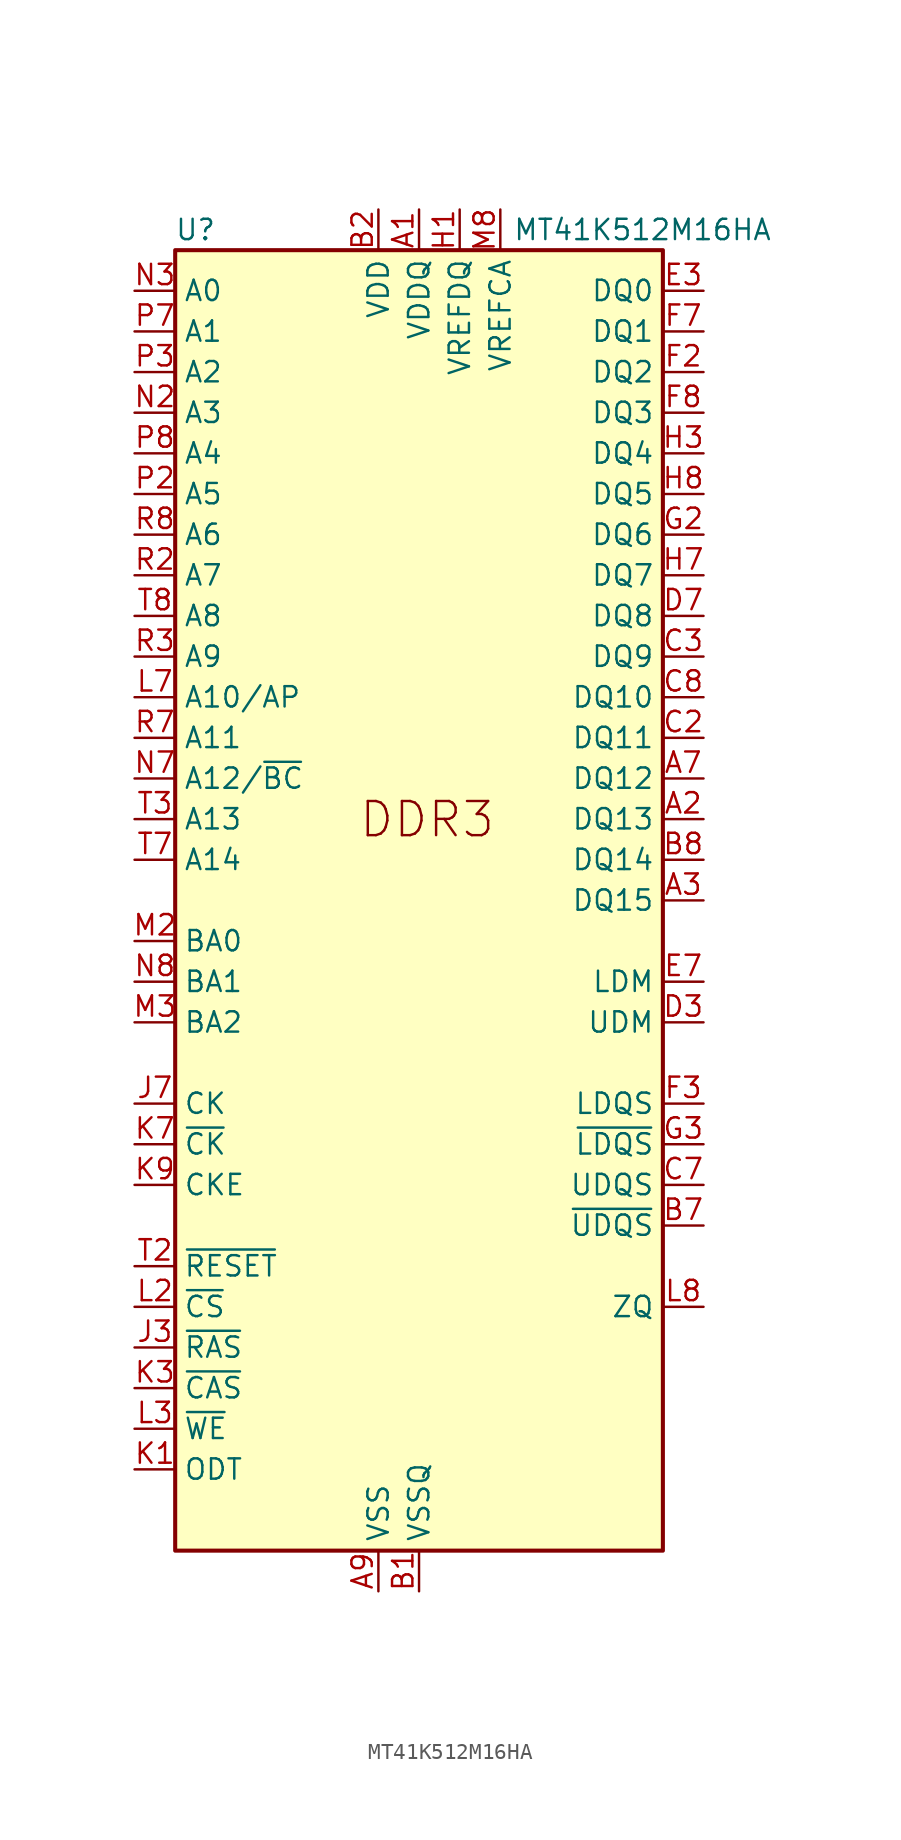
<source format=kicad_sym>
(kicad_symbol_lib
  (version 20211014)
  (generator kicad_symbol_editor)
  (symbol "MT41K512M16HA"
    (property "Reference" "U"
      (at -13.97 41.91 0)
      (effects (font (size 1.27 1.27))))
    (property "Value" "MT41K512M16HA"
      (at 13.97 41.91 0)
      (effects (font (size 1.27 1.27))))
    (symbol "MT41K512M16HA_0_1"
      (rectangle (start -15.24 -40.64) (end 15.24 40.64) (stroke (width 0.254) (type default) (color 0 0 0 0)) (fill (type background)))
      (pin power_in line (at 0 43.18 270) (length 2.54) (name "VDDQ" (effects (font (size 1.27 1.27)))) (number "A1" (effects (font (size 1.27 1.27)))))
      (pin passive line (at 0 43.18 270) (length 2.54) hide (name "VDDQ" (effects (font (size 1.27 1.27)))) (number "A8" (effects (font (size 1.27 1.27)))))
      (pin power_in line (at -2.54 -43.18 90) (length 2.54) (name "VSS" (effects (font (size 1.27 1.27)))) (number "A9" (effects (font (size 1.27 1.27)))))
      (pin power_in line (at 0 -43.18 90) (length 2.54) (name "VSSQ" (effects (font (size 1.27 1.27)))) (number "B1" (effects (font (size 1.27 1.27)))))
      (pin power_in line (at -2.54 43.18 270) (length 2.54) (name "VDD" (effects (font (size 1.27 1.27)))) (number "B2" (effects (font (size 1.27 1.27)))))
      (pin passive line (at -2.54 -43.18 90) (length 2.54) hide (name "VSS" (effects (font (size 1.27 1.27)))) (number "B3" (effects (font (size 1.27 1.27)))))
      (pin passive line (at 0 -43.18 90) (length 2.54) hide (name "VSSQ" (effects (font (size 1.27 1.27)))) (number "B9" (effects (font (size 1.27 1.27)))))
      (pin passive line (at 0 43.18 270) (length 2.54) hide (name "VDDQ" (effects (font (size 1.27 1.27)))) (number "C1" (effects (font (size 1.27 1.27)))))
      (pin passive line (at 0 43.18 270) (length 2.54) hide (name "VDDQ" (effects (font (size 1.27 1.27)))) (number "C9" (effects (font (size 1.27 1.27)))))
      (pin passive line (at 0 -43.18 90) (length 2.54) hide (name "VSSQ" (effects (font (size 1.27 1.27)))) (number "D1" (effects (font (size 1.27 1.27)))))
      (pin passive line (at 0 43.18 270) (length 2.54) hide (name "VDDQ" (effects (font (size 1.27 1.27)))) (number "D2" (effects (font (size 1.27 1.27)))))
      (pin passive line (at 0 -43.18 90) (length 2.54) hide (name "VSSQ" (effects (font (size 1.27 1.27)))) (number "D8" (effects (font (size 1.27 1.27)))))
      (pin passive line (at -2.54 43.18 270) (length 2.54) hide (name "VDD" (effects (font (size 1.27 1.27)))) (number "D9" (effects (font (size 1.27 1.27)))))
      (pin passive line (at -2.54 -43.18 90) (length 2.54) hide (name "VSS" (effects (font (size 1.27 1.27)))) (number "E1" (effects (font (size 1.27 1.27)))))
      (pin passive line (at 0 -43.18 90) (length 2.54) hide (name "VSSQ" (effects (font (size 1.27 1.27)))) (number "E2" (effects (font (size 1.27 1.27)))))
      (pin bidirectional line (at 17.78 38.1 180) (length 2.54) (name "DQ0" (effects (font (size 1.27 1.27)))) (number "E3" (effects (font (size 1.27 1.27)))))
      (pin passive line (at 0 -43.18 90) (length 2.54) hide (name "VSSQ" (effects (font (size 1.27 1.27)))) (number "E8" (effects (font (size 1.27 1.27)))))
      (pin passive line (at 0 43.18 270) (length 2.54) hide (name "VDDQ" (effects (font (size 1.27 1.27)))) (number "E9" (effects (font (size 1.27 1.27)))))
      (pin passive line (at 0 43.18 270) (length 2.54) hide (name "VDDQ" (effects (font (size 1.27 1.27)))) (number "F1" (effects (font (size 1.27 1.27)))))
      (pin bidirectional line (at 17.78 33.02 180) (length 2.54) (name "DQ2" (effects (font (size 1.27 1.27)))) (number "F2" (effects (font (size 1.27 1.27)))))
      (pin bidirectional line (at 17.78 35.56 180) (length 2.54) (name "DQ1" (effects (font (size 1.27 1.27)))) (number "F7" (effects (font (size 1.27 1.27)))))
      (pin bidirectional line (at 17.78 30.48 180) (length 2.54) (name "DQ3" (effects (font (size 1.27 1.27)))) (number "F8" (effects (font (size 1.27 1.27)))))
      (pin passive line (at 0 -43.18 90) (length 2.54) hide (name "VSSQ" (effects (font (size 1.27 1.27)))) (number "F9" (effects (font (size 1.27 1.27)))))
      (pin passive line (at 0 -43.18 90) (length 2.54) hide (name "VSSQ" (effects (font (size 1.27 1.27)))) (number "G1" (effects (font (size 1.27 1.27)))))
      (pin bidirectional line (at 17.78 22.86 180) (length 2.54) (name "DQ6" (effects (font (size 1.27 1.27)))) (number "G2" (effects (font (size 1.27 1.27)))))
      (pin passive line (at -2.54 43.18 270) (length 2.54) hide (name "VDD" (effects (font (size 1.27 1.27)))) (number "G7" (effects (font (size 1.27 1.27)))))
      (pin passive line (at -2.54 -43.18 90) (length 2.54) hide (name "VSS" (effects (font (size 1.27 1.27)))) (number "G8" (effects (font (size 1.27 1.27)))))
      (pin passive line (at 0 -43.18 90) (length 2.54) hide (name "VSSQ" (effects (font (size 1.27 1.27)))) (number "G9" (effects (font (size 1.27 1.27)))))
      (pin power_in line (at 2.54 43.18 270) (length 2.54) (name "VREFDQ" (effects (font (size 1.27 1.27)))) (number "H1" (effects (font (size 1.27 1.27)))))
      (pin passive line (at 0 43.18 270) (length 2.54) hide (name "VDDQ" (effects (font (size 1.27 1.27)))) (number "H2" (effects (font (size 1.27 1.27)))))
      (pin bidirectional line (at 17.78 27.94 180) (length 2.54) (name "DQ4" (effects (font (size 1.27 1.27)))) (number "H3" (effects (font (size 1.27 1.27)))))
      (pin bidirectional line (at 17.78 20.32 180) (length 2.54) (name "DQ7" (effects (font (size 1.27 1.27)))) (number "H7" (effects (font (size 1.27 1.27)))))
      (pin bidirectional line (at 17.78 25.4 180) (length 2.54) (name "DQ5" (effects (font (size 1.27 1.27)))) (number "H8" (effects (font (size 1.27 1.27)))))
      (pin passive line (at 0 43.18 270) (length 2.54) hide (name "VDDQ" (effects (font (size 1.27 1.27)))) (number "H9" (effects (font (size 1.27 1.27)))))
      (pin passive line (at -2.54 -43.18 90) (length 2.54) hide (name "VSS" (effects (font (size 1.27 1.27)))) (number "J2" (effects (font (size 1.27 1.27)))))
      (pin passive line (at -2.54 -43.18 90) (length 2.54) hide (name "VSS" (effects (font (size 1.27 1.27)))) (number "J8" (effects (font (size 1.27 1.27)))))
      (pin passive line (at -2.54 43.18 270) (length 2.54) hide (name "VDD" (effects (font (size 1.27 1.27)))) (number "K2" (effects (font (size 1.27 1.27)))))
      (pin passive line (at -2.54 43.18 270) (length 2.54) hide (name "VDD" (effects (font (size 1.27 1.27)))) (number "K8" (effects (font (size 1.27 1.27)))))
      (pin input line (at -17.78 -25.4 0) (length 2.54) (name "~{CS}" (effects (font (size 1.27 1.27)))) (number "L2" (effects (font (size 1.27 1.27)))))
      (pin input line (at -17.78 12.7 0) (length 2.54) (name "A10/AP" (effects (font (size 1.27 1.27)))) (number "L7" (effects (font (size 1.27 1.27)))))
      (pin passive line (at -2.54 -43.18 90) (length 2.54) hide (name "VSS" (effects (font (size 1.27 1.27)))) (number "M1" (effects (font (size 1.27 1.27)))))
      (pin passive line (at -2.54 -43.18 90) (length 2.54) hide (name "VSS" (effects (font (size 1.27 1.27)))) (number "M9" (effects (font (size 1.27 1.27)))))
      (pin passive line (at -2.54 43.18 270) (length 2.54) hide (name "VDD" (effects (font (size 1.27 1.27)))) (number "N1" (effects (font (size 1.27 1.27)))))
      (pin input line (at -17.78 30.48 0) (length 2.54) (name "A3" (effects (font (size 1.27 1.27)))) (number "N2" (effects (font (size 1.27 1.27)))))
      (pin input line (at -17.78 38.1 0) (length 2.54) (name "A0" (effects (font (size 1.27 1.27)))) (number "N3" (effects (font (size 1.27 1.27)))))
      (pin input line (at -17.78 7.62 0) (length 2.54) (name "A12/~{BC}" (effects (font (size 1.27 1.27)))) (number "N7" (effects (font (size 1.27 1.27)))))
      (pin passive line (at -2.54 43.18 270) (length 2.54) hide (name "VDD" (effects (font (size 1.27 1.27)))) (number "N9" (effects (font (size 1.27 1.27)))))
      (pin passive line (at -2.54 -43.18 90) (length 2.54) hide (name "VSS" (effects (font (size 1.27 1.27)))) (number "P1" (effects (font (size 1.27 1.27)))))
      (pin input line (at -17.78 25.4 0) (length 2.54) (name "A5" (effects (font (size 1.27 1.27)))) (number "P2" (effects (font (size 1.27 1.27)))))
      (pin input line (at -17.78 33.02 0) (length 2.54) (name "A2" (effects (font (size 1.27 1.27)))) (number "P3" (effects (font (size 1.27 1.27)))))
      (pin input line (at -17.78 35.56 0) (length 2.54) (name "A1" (effects (font (size 1.27 1.27)))) (number "P7" (effects (font (size 1.27 1.27)))))
      (pin input line (at -17.78 27.94 0) (length 2.54) (name "A4" (effects (font (size 1.27 1.27)))) (number "P8" (effects (font (size 1.27 1.27)))))
      (pin passive line (at -2.54 -43.18 90) (length 2.54) hide (name "VSS" (effects (font (size 1.27 1.27)))) (number "P9" (effects (font (size 1.27 1.27)))))
      (pin passive line (at -2.54 43.18 270) (length 2.54) hide (name "VDD" (effects (font (size 1.27 1.27)))) (number "R1" (effects (font (size 1.27 1.27)))))
      (pin input line (at -17.78 20.32 0) (length 2.54) (name "A7" (effects (font (size 1.27 1.27)))) (number "R2" (effects (font (size 1.27 1.27)))))
      (pin input line (at -17.78 15.24 0) (length 2.54) (name "A9" (effects (font (size 1.27 1.27)))) (number "R3" (effects (font (size 1.27 1.27)))))
      (pin input line (at -17.78 10.16 0) (length 2.54) (name "A11" (effects (font (size 1.27 1.27)))) (number "R7" (effects (font (size 1.27 1.27)))))
      (pin input line (at -17.78 22.86 0) (length 2.54) (name "A6" (effects (font (size 1.27 1.27)))) (number "R8" (effects (font (size 1.27 1.27)))))
      (pin passive line (at -2.54 43.18 270) (length 2.54) hide (name "VDD" (effects (font (size 1.27 1.27)))) (number "R9" (effects (font (size 1.27 1.27)))))
      (pin passive line (at -2.54 -43.18 90) (length 2.54) hide (name "VSS" (effects (font (size 1.27 1.27)))) (number "T1" (effects (font (size 1.27 1.27)))))
      (pin input line (at -17.78 -22.86 0) (length 2.54) (name "~{RESET}" (effects (font (size 1.27 1.27)))) (number "T2" (effects (font (size 1.27 1.27)))))
      (pin input line (at -17.78 5.08 0) (length 2.54) (name "A13" (effects (font (size 1.27 1.27)))) (number "T3" (effects (font (size 1.27 1.27)))))
      (pin input line (at -17.78 2.54 0) (length 2.54) (name "A14" (effects (font (size 1.27 1.27)))) (number "T7" (effects (font (size 1.27 1.27)))))
      (pin input line (at -17.78 17.78 0) (length 2.54) (name "A8" (effects (font (size 1.27 1.27)))) (number "T8" (effects (font (size 1.27 1.27)))))
      (pin passive line (at -2.54 -43.18 90) (length 2.54) hide (name "VSS" (effects (font (size 1.27 1.27)))) (number "T9" (effects (font (size 1.27 1.27))))))
    (symbol "MT41K512M16HA_1_1"
      (text "DDR3" (at -3.81 3.81 0) (effects (font (size 2.134 2.134)) (justify left bottom)))
      (pin bidirectional line (at 17.78 5.08 180) (length 2.54) (name "DQ13" (effects (font (size 1.27 1.27)))) (number "A2" (effects (font (size 1.27 1.27)))))
      (pin bidirectional line (at 17.78 0 180) (length 2.54) (name "DQ15" (effects (font (size 1.27 1.27)))) (number "A3" (effects (font (size 1.27 1.27)))))
      (pin bidirectional line (at 17.78 7.62 180) (length 2.54) (name "DQ12" (effects (font (size 1.27 1.27)))) (number "A7" (effects (font (size 1.27 1.27)))))
      (pin bidirectional line (at 17.78 -20.32 180) (length 2.54) (name "~{UDQS}" (effects (font (size 1.27 1.27)))) (number "B7" (effects (font (size 1.27 1.27)))))
      (pin bidirectional line (at 17.78 2.54 180) (length 2.54) (name "DQ14" (effects (font (size 1.27 1.27)))) (number "B8" (effects (font (size 1.27 1.27)))))
      (pin bidirectional line (at 17.78 10.16 180) (length 2.54) (name "DQ11" (effects (font (size 1.27 1.27)))) (number "C2" (effects (font (size 1.27 1.27)))))
      (pin bidirectional line (at 17.78 15.24 180) (length 2.54) (name "DQ9" (effects (font (size 1.27 1.27)))) (number "C3" (effects (font (size 1.27 1.27)))))
      (pin bidirectional line (at 17.78 -17.78 180) (length 2.54) (name "UDQS" (effects (font (size 1.27 1.27)))) (number "C7" (effects (font (size 1.27 1.27)))))
      (pin bidirectional line (at 17.78 12.7 180) (length 2.54) (name "DQ10" (effects (font (size 1.27 1.27)))) (number "C8" (effects (font (size 1.27 1.27)))))
      (pin input line (at 17.78 -7.62 180) (length 2.54) (name "UDM" (effects (font (size 1.27 1.27)))) (number "D3" (effects (font (size 1.27 1.27)))))
      (pin bidirectional line (at 17.78 17.78 180) (length 2.54) (name "DQ8" (effects (font (size 1.27 1.27)))) (number "D7" (effects (font (size 1.27 1.27)))))
      (pin input line (at 17.78 -5.08 180) (length 2.54) (name "LDM" (effects (font (size 1.27 1.27)))) (number "E7" (effects (font (size 1.27 1.27)))))
      (pin bidirectional line (at 17.78 -12.7 180) (length 2.54) (name "LDQS" (effects (font (size 1.27 1.27)))) (number "F3" (effects (font (size 1.27 1.27)))))
      (pin bidirectional line (at 17.78 -15.24 180) (length 2.54) (name "~{LDQS}" (effects (font (size 1.27 1.27)))) (number "G3" (effects (font (size 1.27 1.27)))))
      (pin no_connect line (at 15.24 -27.94 180) (length 2.54) hide (name "NC" (effects (font (size 1.27 1.27)))) (number "J1" (effects (font (size 1.27 1.27)))))
      (pin input line (at -17.78 -27.94 0) (length 2.54) (name "~{RAS}" (effects (font (size 1.27 1.27)))) (number "J3" (effects (font (size 1.27 1.27)))))
      (pin input line (at -17.78 -12.7 0) (length 2.54) (name "CK" (effects (font (size 1.27 1.27)))) (number "J7" (effects (font (size 1.27 1.27)))))
      (pin no_connect line (at 15.24 -30.48 180) (length 2.54) hide (name "NC" (effects (font (size 1.27 1.27)))) (number "J9" (effects (font (size 1.27 1.27)))))
      (pin input line (at -17.78 -35.56 0) (length 2.54) (name "ODT" (effects (font (size 1.27 1.27)))) (number "K1" (effects (font (size 1.27 1.27)))))
      (pin input line (at -17.78 -30.48 0) (length 2.54) (name "~{CAS}" (effects (font (size 1.27 1.27)))) (number "K3" (effects (font (size 1.27 1.27)))))
      (pin input line (at -17.78 -15.24 0) (length 2.54) (name "~{CK}" (effects (font (size 1.27 1.27)))) (number "K7" (effects (font (size 1.27 1.27)))))
      (pin input line (at -17.78 -17.78 0) (length 2.54) (name "CKE" (effects (font (size 1.27 1.27)))) (number "K9" (effects (font (size 1.27 1.27)))))
      (pin no_connect line (at 15.24 -33.02 180) (length 2.54) hide (name "NC" (effects (font (size 1.27 1.27)))) (number "L1" (effects (font (size 1.27 1.27)))))
      (pin input line (at -17.78 -33.02 0) (length 2.54) (name "~{WE}" (effects (font (size 1.27 1.27)))) (number "L3" (effects (font (size 1.27 1.27)))))
      (pin input line (at 17.78 -25.4 180) (length 2.54) (name "ZQ" (effects (font (size 1.27 1.27)))) (number "L8" (effects (font (size 1.27 1.27)))))
      (pin no_connect line (at 15.24 -35.56 180) (length 2.54) hide (name "NC" (effects (font (size 1.27 1.27)))) (number "L9" (effects (font (size 1.27 1.27)))))
      (pin input line (at -17.78 -2.54 0) (length 2.54) (name "BA0" (effects (font (size 1.27 1.27)))) (number "M2" (effects (font (size 1.27 1.27)))))
      (pin input line (at -17.78 -7.62 0) (length 2.54) (name "BA2" (effects (font (size 1.27 1.27)))) (number "M3" (effects (font (size 1.27 1.27)))))
      (pin no_connect line (at 15.24 -38.1 180) (length 2.54) hide (name "NC" (effects (font (size 1.27 1.27)))) (number "M7" (effects (font (size 1.27 1.27)))))
      (pin power_in line (at 5.08 43.18 270) (length 2.54) (name "VREFCA" (effects (font (size 1.27 1.27)))) (number "M8" (effects (font (size 1.27 1.27)))))
      (pin input line (at -17.78 -5.08 0) (length 2.54) (name "BA1" (effects (font (size 1.27 1.27)))) (number "N8" (effects (font (size 1.27 1.27))))))))
</source>
